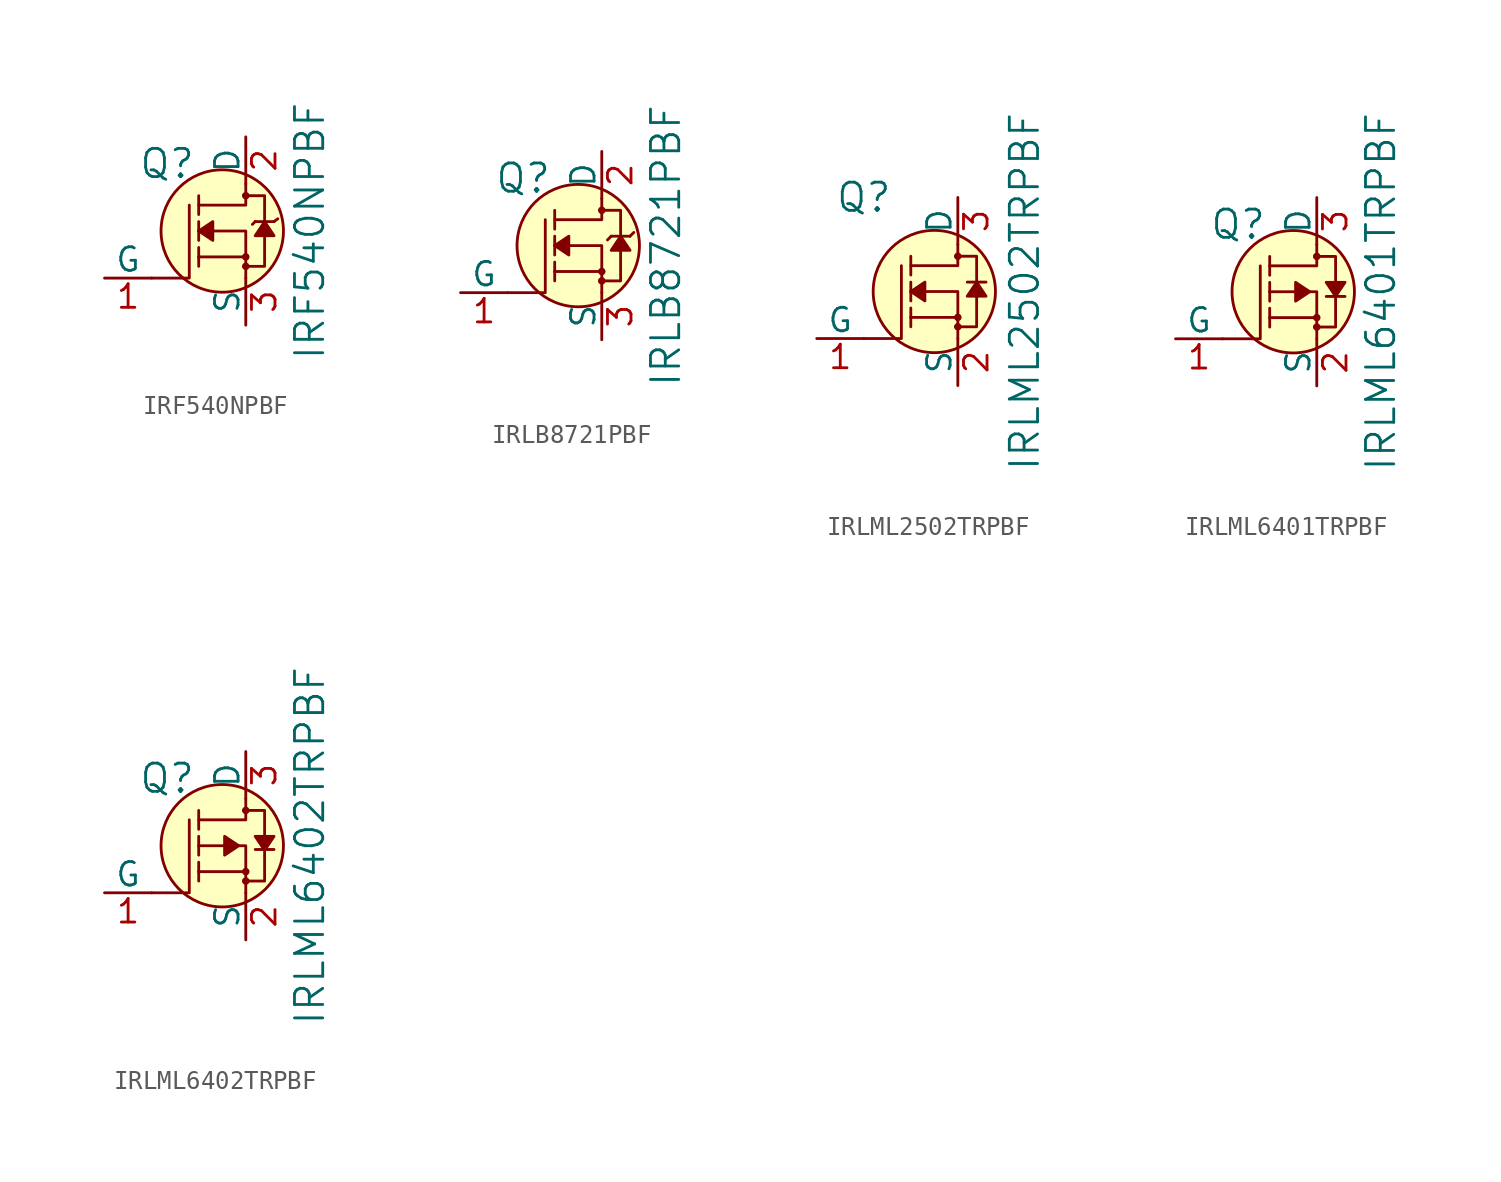
<source format=kicad_sym>
(kicad_symbol_lib
  (version 20201005)
  (generator kicad_symbol_editor)
  (symbol "IRF540NPBF"
    (pin_names
      (offset 0))
    (property "Reference" "Q"
      (at -2.692 3.632 0)
      (effects (font (size 1.524 1.524)) (justify right)))
    (property "Value" "IRF540NPBF"
      (at 3.454 0 90)
      (effects (font (size 1.524 1.524))))
    (symbol "IRF540NPBF_0_1"
      (circle (center -1.27 0) (radius 3.302) (stroke (width 0)) (fill (type background)))
      (circle (center 0 -1.905) (radius 0.127) (stroke (width 0)) (fill (type none)))
      (circle (center 0 -1.397) (radius 0.127) (stroke (width 0)) (fill (type none)))
      (circle (center 0 1.905) (radius 0.127) (stroke (width 0)) (fill (type none)))
      (polyline (pts (xy 0 -1.397) (xy -2.54 -1.397)) (stroke (width 0)) (fill (type none)))
      (polyline (pts (xy 0.508 0.508) (xy 0.356 0.356)) (stroke (width 0)) (fill (type none)))
      (polyline (pts (xy 1.524 0.508) (xy 1.727 0.66)) (stroke (width 0)) (fill (type none)))
      (polyline (pts (xy -5.08 -2.54) (xy -3.048 -2.54) (xy -3.048 1.397)) (stroke (width 0)) (fill (type none)))
      (polyline (pts (xy 0 -2.54) (xy 0 0) (xy -2.54 0)) (stroke (width 0)) (fill (type none)))
      (polyline (pts (xy 0 2.54) (xy 0 1.397) (xy -2.54 1.397)) (stroke (width 0)) (fill (type none)))
      (polyline (pts (xy -0.127 -1.905) (xy 1.016 -1.905) (xy 1.016 1.397) (xy 1.016 1.905) (xy -0.127 1.905)) (stroke (width 0)) (fill (type none))))
    (symbol "IRF540NPBF_1_1"
      (polyline (pts (xy -2.54 -1.397) (xy -2.54 -1.905)) (stroke (width 0)) (fill (type none)))
      (polyline (pts (xy -2.54 -1.397) (xy -2.54 -0.889)) (stroke (width 0)) (fill (type none)))
      (polyline (pts (xy -2.54 0) (xy -2.54 -0.508)) (stroke (width 0)) (fill (type none)))
      (polyline (pts (xy -2.54 0) (xy -2.54 0.508)) (stroke (width 0)) (fill (type none)))
      (polyline (pts (xy -2.54 1.905) (xy -2.54 0.889)) (stroke (width 0)) (fill (type none)))
      (polyline (pts (xy 1.524 0.508) (xy 0.508 0.508)) (stroke (width 0)) (fill (type none)))
      (polyline (pts (xy -2.54 0) (xy -1.778 0.508) (xy -1.778 -0.508) (xy -2.54 0)) (stroke (width 0)) (fill (type outline)))
      (polyline (pts (xy 1.016 0.508) (xy 0.508 -0.254) (xy 1.524 -0.254) (xy 1.016 0.508)) (stroke (width 0)) (fill (type outline)))
      (pin bidirectional line (at -7.62 -2.54 0) (length 2.54) (name "G" (effects (font (size 1.27 1.27)))) (number "1" (effects (font (size 1.27 1.27)))))
      (pin bidirectional line (at 0 5.08 270) (length 2.54) (name "D" (effects (font (size 1.27 1.27)))) (number "2" (effects (font (size 1.27 1.27)))))
      (pin bidirectional line (at 0 -5.08 90) (length 2.54) (name "S" (effects (font (size 1.27 1.27)))) (number "3" (effects (font (size 1.27 1.27)))))))
  (symbol "IRLB8721PBF"
    (pin_names
      (offset 0))
    (property "Reference" "Q"
      (at -2.692 3.632 0)
      (effects (font (size 1.524 1.524)) (justify right)))
    (property "Value" "IRLB8721PBF"
      (at 3.454 0 90)
      (effects (font (size 1.524 1.524))))
    (symbol "IRLB8721PBF_0_1"
      (circle (center -1.27 0) (radius 3.302) (stroke (width 0)) (fill (type background)))
      (circle (center 0 -1.905) (radius 0.127) (stroke (width 0)) (fill (type none)))
      (circle (center 0 -1.397) (radius 0.127) (stroke (width 0)) (fill (type none)))
      (circle (center 0 1.905) (radius 0.127) (stroke (width 0)) (fill (type none)))
      (polyline (pts (xy 0 -1.397) (xy -2.54 -1.397)) (stroke (width 0)) (fill (type none)))
      (polyline (pts (xy 0.508 0.508) (xy 0.305 0.305)) (stroke (width 0)) (fill (type none)))
      (polyline (pts (xy 1.524 0.508) (xy 1.727 0.711)) (stroke (width 0)) (fill (type none)))
      (polyline (pts (xy -5.08 -2.54) (xy -3.048 -2.54) (xy -3.048 1.397)) (stroke (width 0)) (fill (type none)))
      (polyline (pts (xy 0 -2.54) (xy 0 0) (xy -2.54 0)) (stroke (width 0)) (fill (type none)))
      (polyline (pts (xy 0 2.54) (xy 0 1.397) (xy -2.54 1.397)) (stroke (width 0)) (fill (type none)))
      (polyline (pts (xy -0.127 -1.905) (xy 1.016 -1.905) (xy 1.016 1.397) (xy 1.016 1.905) (xy -0.127 1.905)) (stroke (width 0)) (fill (type none))))
    (symbol "IRLB8721PBF_1_1"
      (polyline (pts (xy -2.54 -1.397) (xy -2.54 -1.905)) (stroke (width 0)) (fill (type none)))
      (polyline (pts (xy -2.54 -1.397) (xy -2.54 -0.889)) (stroke (width 0)) (fill (type none)))
      (polyline (pts (xy -2.54 0) (xy -2.54 -0.508)) (stroke (width 0)) (fill (type none)))
      (polyline (pts (xy -2.54 0) (xy -2.54 0.508)) (stroke (width 0)) (fill (type none)))
      (polyline (pts (xy -2.54 1.905) (xy -2.54 0.889)) (stroke (width 0)) (fill (type none)))
      (polyline (pts (xy 1.524 0.508) (xy 0.508 0.508)) (stroke (width 0)) (fill (type none)))
      (polyline (pts (xy -2.54 0) (xy -1.778 0.508) (xy -1.778 -0.508) (xy -2.54 0)) (stroke (width 0)) (fill (type outline)))
      (polyline (pts (xy 1.016 0.508) (xy 0.508 -0.254) (xy 1.524 -0.254) (xy 1.016 0.508)) (stroke (width 0)) (fill (type outline)))
      (pin bidirectional line (at -7.62 -2.54 0) (length 2.54) (name "G" (effects (font (size 1.27 1.27)))) (number "1" (effects (font (size 1.27 1.27)))))
      (pin bidirectional line (at 0 5.08 270) (length 2.54) (name "D" (effects (font (size 1.27 1.27)))) (number "2" (effects (font (size 1.27 1.27)))))
      (pin bidirectional line (at 0 -5.08 90) (length 2.54) (name "S" (effects (font (size 1.27 1.27)))) (number "3" (effects (font (size 1.27 1.27)))))))
  (symbol "IRLML2502TRPBF"
    (pin_names
      (offset 0))
    (property "Reference" "Q"
      (at -5.08 5.08 0)
      (effects (font (size 1.524 1.524))))
    (property "Value" "IRLML2502TRPBF"
      (at 3.607 0 90)
      (effects (font (size 1.524 1.524))))
    (symbol "IRLML2502TRPBF_0_1"
      (circle (center -1.27 0) (radius 3.302) (stroke (width 0)) (fill (type background)))
      (circle (center 0 -1.905) (radius 0.127) (stroke (width 0)) (fill (type none)))
      (circle (center 0 -1.397) (radius 0.127) (stroke (width 0)) (fill (type none)))
      (circle (center 0 1.905) (radius 0.127) (stroke (width 0)) (fill (type none)))
      (polyline (pts (xy 0 -1.397) (xy -2.54 -1.397)) (stroke (width 0)) (fill (type none)))
      (polyline (pts (xy -5.08 -2.54) (xy -3.048 -2.54) (xy -3.048 1.397)) (stroke (width 0)) (fill (type none)))
      (polyline (pts (xy 0 -2.54) (xy 0 0) (xy -2.54 0)) (stroke (width 0)) (fill (type none)))
      (polyline (pts (xy 0 2.54) (xy 0 1.397) (xy -2.54 1.397)) (stroke (width 0)) (fill (type none)))
      (polyline (pts (xy -0.127 -1.905) (xy 1.016 -1.905) (xy 1.016 1.397) (xy 1.016 1.905) (xy -0.127 1.905)) (stroke (width 0)) (fill (type none))))
    (symbol "IRLML2502TRPBF_1_1"
      (polyline (pts (xy -2.54 -1.397) (xy -2.54 -1.905)) (stroke (width 0)) (fill (type none)))
      (polyline (pts (xy -2.54 -1.397) (xy -2.54 -0.889)) (stroke (width 0)) (fill (type none)))
      (polyline (pts (xy -2.54 0) (xy -2.54 -0.508)) (stroke (width 0)) (fill (type none)))
      (polyline (pts (xy -2.54 0) (xy -2.54 0.508)) (stroke (width 0)) (fill (type none)))
      (polyline (pts (xy -2.54 1.905) (xy -2.54 0.889)) (stroke (width 0)) (fill (type none)))
      (polyline (pts (xy 1.524 0.508) (xy 0.508 0.508)) (stroke (width 0)) (fill (type none)))
      (polyline (pts (xy -2.54 0) (xy -1.778 0.508) (xy -1.778 -0.508) (xy -2.54 0)) (stroke (width 0)) (fill (type outline)))
      (polyline (pts (xy 1.016 0.508) (xy 0.508 -0.254) (xy 1.524 -0.254) (xy 1.016 0.508)) (stroke (width 0)) (fill (type outline)))
      (pin bidirectional line (at -7.62 -2.54 0) (length 2.54) (name "G" (effects (font (size 1.27 1.27)))) (number "1" (effects (font (size 1.27 1.27)))))
      (pin bidirectional line (at 0 -5.08 90) (length 2.54) (name "S" (effects (font (size 1.27 1.27)))) (number "2" (effects (font (size 1.27 1.27)))))
      (pin bidirectional line (at 0 5.08 270) (length 2.54) (name "D" (effects (font (size 1.27 1.27)))) (number "3" (effects (font (size 1.27 1.27)))))))
  (symbol "IRLML6401TRPBF"
    (pin_names
      (offset 0))
    (property "Reference" "Q"
      (at -2.692 3.632 0)
      (effects (font (size 1.524 1.524)) (justify right)))
    (property "Value" "IRLML6401TRPBF"
      (at 3.454 0 90)
      (effects (font (size 1.524 1.524))))
    (symbol "IRLML6401TRPBF_0_1"
      (circle (center -1.27 0) (radius 3.302) (stroke (width 0)) (fill (type background)))
      (circle (center 0 -1.905) (radius 0.127) (stroke (width 0)) (fill (type none)))
      (circle (center 0 -1.397) (radius 0.127) (stroke (width 0)) (fill (type none)))
      (circle (center 0 1.905) (radius 0.127) (stroke (width 0)) (fill (type none)))
      (polyline (pts (xy 0 -1.397) (xy -2.54 -1.397)) (stroke (width 0)) (fill (type none)))
      (polyline (pts (xy -5.08 -2.54) (xy -3.048 -2.54) (xy -3.048 1.397)) (stroke (width 0)) (fill (type none)))
      (polyline (pts (xy 0 -2.54) (xy 0 0) (xy -2.54 0)) (stroke (width 0)) (fill (type none)))
      (polyline (pts (xy 0 2.54) (xy 0 1.397) (xy -2.54 1.397)) (stroke (width 0)) (fill (type none)))
      (polyline (pts (xy -0.127 -1.905) (xy 1.016 -1.905) (xy 1.016 1.397) (xy 1.016 1.905) (xy -0.127 1.905)) (stroke (width 0)) (fill (type none))))
    (symbol "IRLML6401TRPBF_1_1"
      (polyline (pts (xy -2.54 -1.397) (xy -2.54 -1.905)) (stroke (width 0)) (fill (type none)))
      (polyline (pts (xy -2.54 -1.397) (xy -2.54 -0.889)) (stroke (width 0)) (fill (type none)))
      (polyline (pts (xy -2.54 0) (xy -2.54 -0.508)) (stroke (width 0)) (fill (type none)))
      (polyline (pts (xy -2.54 0) (xy -2.54 0.508)) (stroke (width 0)) (fill (type none)))
      (polyline (pts (xy -2.54 1.905) (xy -2.54 0.889)) (stroke (width 0)) (fill (type none)))
      (polyline (pts (xy 1.524 -0.254) (xy 0.508 -0.254)) (stroke (width 0)) (fill (type none)))
      (polyline (pts (xy -0.381 0) (xy -1.143 0.508) (xy -1.143 -0.508) (xy -0.381 0)) (stroke (width 0)) (fill (type outline)))
      (polyline (pts (xy 1.016 -0.254) (xy 1.524 0.508) (xy 0.508 0.508) (xy 1.016 -0.254)) (stroke (width 0)) (fill (type outline)))
      (pin bidirectional line (at -7.62 -2.54 0) (length 2.54) (name "G" (effects (font (size 1.27 1.27)))) (number "1" (effects (font (size 1.27 1.27)))))
      (pin bidirectional line (at 0 -5.08 90) (length 2.54) (name "S" (effects (font (size 1.27 1.27)))) (number "2" (effects (font (size 1.27 1.27)))))
      (pin bidirectional line (at 0 5.08 270) (length 2.54) (name "D" (effects (font (size 1.27 1.27)))) (number "3" (effects (font (size 1.27 1.27)))))))
  (symbol "IRLML6402TRPBF"
    (pin_names
      (offset 0))
    (property "Reference" "Q"
      (at -2.692 3.632 0)
      (effects (font (size 1.524 1.524)) (justify right)))
    (property "Value" "IRLML6402TRPBF"
      (at 3.454 0 90)
      (effects (font (size 1.524 1.524))))
    (symbol "IRLML6402TRPBF_0_1"
      (circle (center -1.27 0) (radius 3.302) (stroke (width 0)) (fill (type background)))
      (circle (center 0 -1.905) (radius 0.127) (stroke (width 0)) (fill (type none)))
      (circle (center 0 -1.397) (radius 0.127) (stroke (width 0)) (fill (type none)))
      (circle (center 0 1.905) (radius 0.127) (stroke (width 0)) (fill (type none)))
      (polyline (pts (xy 0 -1.397) (xy -2.54 -1.397)) (stroke (width 0)) (fill (type none)))
      (polyline (pts (xy -5.08 -2.54) (xy -3.048 -2.54) (xy -3.048 1.397)) (stroke (width 0)) (fill (type none)))
      (polyline (pts (xy 0 -2.54) (xy 0 0) (xy -2.54 0)) (stroke (width 0)) (fill (type none)))
      (polyline (pts (xy 0 2.54) (xy 0 1.397) (xy -2.54 1.397)) (stroke (width 0)) (fill (type none)))
      (polyline (pts (xy -0.127 -1.905) (xy 1.016 -1.905) (xy 1.016 1.397) (xy 1.016 1.905) (xy -0.127 1.905)) (stroke (width 0)) (fill (type none))))
    (symbol "IRLML6402TRPBF_1_1"
      (polyline (pts (xy -2.54 -1.397) (xy -2.54 -1.905)) (stroke (width 0)) (fill (type none)))
      (polyline (pts (xy -2.54 -1.397) (xy -2.54 -0.889)) (stroke (width 0)) (fill (type none)))
      (polyline (pts (xy -2.54 0) (xy -2.54 -0.508)) (stroke (width 0)) (fill (type none)))
      (polyline (pts (xy -2.54 0) (xy -2.54 0.508)) (stroke (width 0)) (fill (type none)))
      (polyline (pts (xy -2.54 1.905) (xy -2.54 0.889)) (stroke (width 0)) (fill (type none)))
      (polyline (pts (xy 1.524 -0.203) (xy 0.508 -0.203)) (stroke (width 0)) (fill (type none)))
      (polyline (pts (xy -0.381 0) (xy -1.143 0.508) (xy -1.143 -0.508) (xy -0.381 0)) (stroke (width 0)) (fill (type outline)))
      (polyline (pts (xy 1.016 -0.254) (xy 1.524 0.508) (xy 0.508 0.508) (xy 1.016 -0.254)) (stroke (width 0)) (fill (type outline)))
      (pin bidirectional line (at -7.62 -2.54 0) (length 2.54) (name "G" (effects (font (size 1.27 1.27)))) (number "1" (effects (font (size 1.27 1.27)))))
      (pin bidirectional line (at 0 -5.08 90) (length 2.54) (name "S" (effects (font (size 1.27 1.27)))) (number "2" (effects (font (size 1.27 1.27)))))
      (pin bidirectional line (at 0 5.08 270) (length 2.54) (name "D" (effects (font (size 1.27 1.27)))) (number "3" (effects (font (size 1.27 1.27))))))))
</source>
